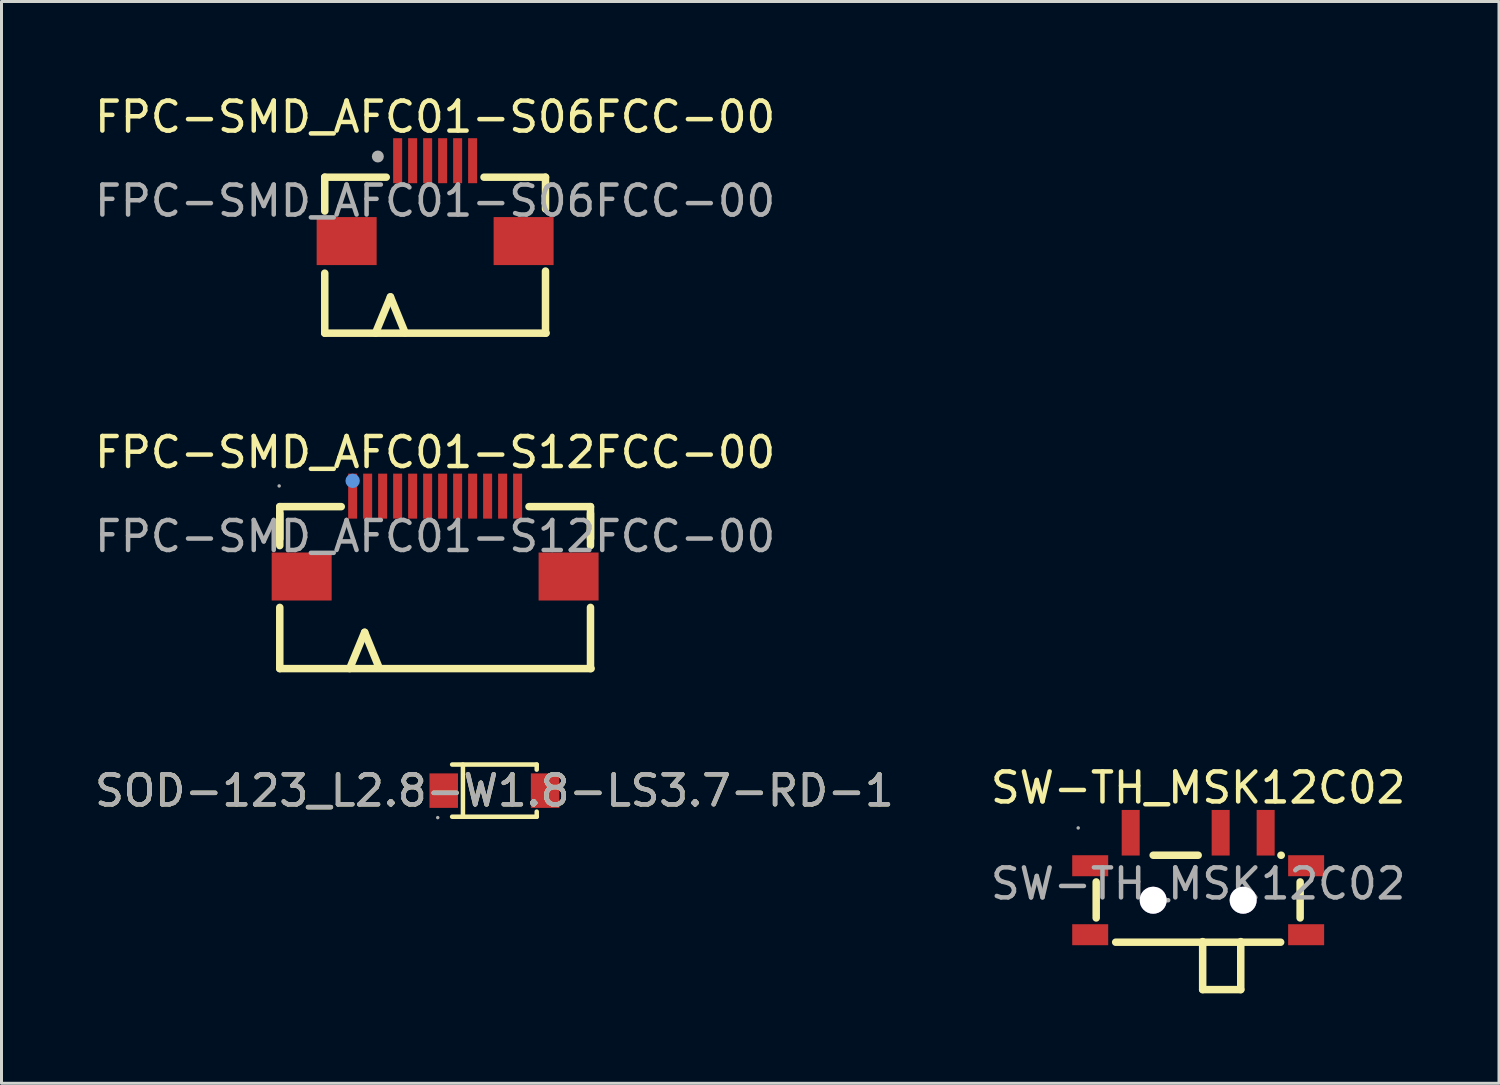
<source format=kicad_pcb>
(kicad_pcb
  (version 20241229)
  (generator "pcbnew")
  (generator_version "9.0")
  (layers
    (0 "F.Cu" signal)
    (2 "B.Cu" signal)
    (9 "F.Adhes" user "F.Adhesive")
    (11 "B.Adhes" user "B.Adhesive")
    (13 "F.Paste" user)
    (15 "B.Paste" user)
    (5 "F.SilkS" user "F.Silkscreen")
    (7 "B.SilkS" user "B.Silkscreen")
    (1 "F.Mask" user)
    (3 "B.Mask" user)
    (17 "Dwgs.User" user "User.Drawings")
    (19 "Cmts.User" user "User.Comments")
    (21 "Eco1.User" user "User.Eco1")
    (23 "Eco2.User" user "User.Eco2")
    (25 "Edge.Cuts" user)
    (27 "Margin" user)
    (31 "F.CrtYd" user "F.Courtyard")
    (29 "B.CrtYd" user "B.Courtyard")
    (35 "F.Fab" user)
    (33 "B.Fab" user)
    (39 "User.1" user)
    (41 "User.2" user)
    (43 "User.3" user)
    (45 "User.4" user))
  (footprint "FPC-SMD_AFC01-S12FCC-00"
    (layer "F.Cu")
    (at 11.458 14.832)
    (property "Reference" "FPC-SMD_AFC01-S12FCC-00" (at 0 -2.8 0) (layer "F.SilkS") (effects (font (size 1 1) (thickness 0.15))))
    (attr smd)
    (fp_line (start -5.18 -0.99) (end -5.18 0.08) (stroke (width 0.25) (type solid)) (layer "F.SilkS"))
    (fp_line (start -5.18 -0.99) (end -3.13 -0.99) (stroke (width 0.25) (type solid)) (layer "F.SilkS"))
    (fp_line (start -5.18 -0.76) (end -5.18 0.31) (stroke (width 0.25) (type solid)) (layer "F.SilkS"))
    (fp_line (start -5.18 2.37) (end -5.18 4.41) (stroke (width 0.25) (type solid)) (layer "F.SilkS"))
    (fp_line (start -5.18 4.41) (end 5.2 4.41) (stroke (width 0.25) (type solid)) (layer "F.SilkS"))
    (fp_line (start -2.35 3.2) (end -2.85 4.41) (stroke (width 0.25) (type solid)) (layer "F.SilkS"))
    (fp_line (start -1.86 4.4) (end -2.35 3.2) (stroke (width 0.25) (type solid)) (layer "F.SilkS"))
    (fp_line (start 3.13 -0.99) (end 5.18 -0.99) (stroke (width 0.25) (type solid)) (layer "F.SilkS"))
    (fp_line (start 5.18 -0.99) (end 5.18 0.08) (stroke (width 0.25) (type solid)) (layer "F.SilkS"))
    (fp_line (start 5.18 -0.76) (end 5.18 0.31) (stroke (width 0.25) (type solid)) (layer "F.SilkS"))
    (fp_line (start 5.18 2.37) (end 5.18 4.41) (stroke (width 0.25) (type solid)) (layer "F.SilkS"))
    (fp_circle (center -2.75 -1.85) (end -2.63 -1.85) (stroke (width 0.24) (type solid)) (fill no) (layer "Cmts.User"))
    (fp_circle (center -5.2 -1.68) (end -5.17 -1.68) (stroke (width 0.06) (type solid)) (fill no) (layer "F.Fab"))
    (fp_text user "${REFERENCE}" (at 0 0 0) (layer "F.Fab") (effects (font (size 1 1) (thickness 0.15))))
    (pad "1" smd rect (at -2.75 -1.34) (size 0.3 1.5) (layers "F.Cu" "F.Mask" "F.Paste"))
    (pad "2" smd rect (at -2.25 -1.34) (size 0.3 1.5) (layers "F.Cu" "F.Mask" "F.Paste"))
    (pad "3" smd rect (at -1.75 -1.34) (size 0.3 1.5) (layers "F.Cu" "F.Mask" "F.Paste"))
    (pad "4" smd rect (at -1.25 -1.34) (size 0.3 1.5) (layers "F.Cu" "F.Mask" "F.Paste"))
    (pad "5" smd rect (at -0.75 -1.34) (size 0.3 1.5) (layers "F.Cu" "F.Mask" "F.Paste"))
    (pad "6" smd rect (at -0.25 -1.34) (size 0.3 1.5) (layers "F.Cu" "F.Mask" "F.Paste"))
    (pad "7" smd rect (at 0.25 -1.34) (size 0.3 1.5) (layers "F.Cu" "F.Mask" "F.Paste"))
    (pad "8" smd rect (at 0.75 -1.34) (size 0.3 1.5) (layers "F.Cu" "F.Mask" "F.Paste"))
    (pad "9" smd rect (at 1.25 -1.34) (size 0.3 1.5) (layers "F.Cu" "F.Mask" "F.Paste"))
    (pad "10" smd rect (at 1.75 -1.34) (size 0.3 1.5) (layers "F.Cu" "F.Mask" "F.Paste"))
    (pad "11" smd rect (at 2.25 -1.34) (size 0.3 1.5) (layers "F.Cu" "F.Mask" "F.Paste"))
    (pad "12" smd rect (at 2.75 -1.34) (size 0.3 1.5) (layers "F.Cu" "F.Mask" "F.Paste"))
    (pad "13" smd rect (at -4.45 1.34) (size 2 1.6) (layers "F.Cu" "F.Mask" "F.Paste"))
    (pad "14" smd rect (at 4.45 1.34 180) (size 2 1.6) (layers "F.Cu" "F.Mask" "F.Paste")))
  (footprint "FPC-SMD_AFC01-S06FCC-00"
    (layer "F.Cu")
    (at 11.458 3.648)
    (property "Reference" "FPC-SMD_AFC01-S06FCC-00" (at 0 -2.8 0) (layer "F.SilkS") (effects (font (size 1 1) (thickness 0.15))))
    (attr smd)
    (fp_line (start -3.68 -0.79) (end -3.68 0.34) (stroke (width 0.25) (type solid)) (layer "F.SilkS"))
    (fp_line (start -3.68 -0.79) (end -1.63 -0.79) (stroke (width 0.25) (type solid)) (layer "F.SilkS"))
    (fp_line (start -3.68 2.41) (end -3.68 4.41) (stroke (width 0.25) (type solid)) (layer "F.SilkS"))
    (fp_line (start -3.68 4.41) (end 3.7 4.41) (stroke (width 0.25) (type solid)) (layer "F.SilkS"))
    (fp_line (start -1.49 3.2) (end -1.99 4.41) (stroke (width 0.25) (type solid)) (layer "F.SilkS"))
    (fp_line (start -1 4.4) (end -1.49 3.2) (stroke (width 0.25) (type solid)) (layer "F.SilkS"))
    (fp_line (start 1.63 -0.79) (end 3.68 -0.79) (stroke (width 0.25) (type solid)) (layer "F.SilkS"))
    (fp_line (start 3.68 -0.79) (end 3.68 0.27) (stroke (width 0.25) (type solid)) (layer "F.SilkS"))
    (fp_line (start 3.68 2.34) (end 3.68 4.41) (stroke (width 0.25) (type solid)) (layer "F.SilkS"))
    (fp_circle (center -1.91 -1.48) (end -1.81 -1.48) (stroke (width 0.2) (type solid)) (fill no) (layer "F.Fab"))
    (fp_text user "${REFERENCE}" (at 0 0 0) (layer "F.Fab") (effects (font (size 1 1) (thickness 0.15))))
    (pad "1" smd rect (at -1.25 -1.34) (size 0.3 1.5) (layers "F.Cu" "F.Mask" "F.Paste"))
    (pad "2" smd rect (at -0.75 -1.34) (size 0.3 1.5) (layers "F.Cu" "F.Mask" "F.Paste"))
    (pad "3" smd rect (at -0.25 -1.34) (size 0.3 1.5) (layers "F.Cu" "F.Mask" "F.Paste"))
    (pad "4" smd rect (at 0.25 -1.34) (size 0.3 1.5) (layers "F.Cu" "F.Mask" "F.Paste"))
    (pad "5" smd rect (at 0.75 -1.34) (size 0.3 1.5) (layers "F.Cu" "F.Mask" "F.Paste"))
    (pad "6" smd rect (at 1.25 -1.34) (size 0.3 1.5) (layers "F.Cu" "F.Mask" "F.Paste"))
    (pad "7" smd rect (at -2.95 1.34) (size 2 1.6) (layers "F.Cu" "F.Mask" "F.Paste"))
    (pad "8" smd rect (at 2.95 1.34 180) (size 2 1.6) (layers "F.Cu" "F.Mask" "F.Paste")))
  (footprint "SOD-123_L2.8-W1.8-LS3.7-RD-1"
    (layer "F.Cu")
    (at 13.435 23.311)
    (property "Reference" "SOD-123_L2.8-W1.8-LS3.7-RD-1" (at 0 0 0) (layer "F.SilkS") (effects (font (size 1 1) (thickness 0.15))))
    (attr smd)
    (fp_line (start -1.41 -0.87) (end 1.41 -0.87) (stroke (width 0.15) (type solid)) (layer "F.SilkS"))
    (fp_line (start -1.41 0.87) (end 1.41 0.87) (stroke (width 0.15) (type solid)) (layer "F.SilkS"))
    (fp_line (start -1.05 -0.87) (end -1.05 0.87) (stroke (width 0.15) (type solid)) (layer "F.SilkS"))
    (fp_line (start 1.41 -0.87) (end 1.41 -0.7) (stroke (width 0.15) (type solid)) (layer "F.SilkS"))
    (fp_line (start 1.41 0.87) (end 1.41 0.7) (stroke (width 0.15) (type solid)) (layer "F.SilkS"))
    (fp_circle (center -1.89 0.9) (end -1.86 0.9) (stroke (width 0.06) (type solid)) (fill no) (layer "F.Fab"))
    (fp_text user "${REFERENCE}" (at 0 0 0) (layer "F.Fab") (effects (font (size 1 1) (thickness 0.15))))
    (pad "1" smd rect (at -1.69 0) (size 0.95 1.15) (layers "F.Cu" "F.Mask" "F.Paste"))
    (pad "2" smd rect (at 1.69 0) (size 0.95 1.15) (layers "F.Cu" "F.Mask" "F.Paste")))
  (footprint "SW-TH_MSK12C02"
    (layer "F.Cu")
    (at 36.899 26.415)
    (property "Reference" "SW-TH_MSK12C02" (at 0 -3.2 0) (layer "F.SilkS") (effects (font (size 1 1) (thickness 0.15))))
    (attr through_hole)
    (fp_line (start -3.4 -0.06) (end -3.4 1.14) (stroke (width 0.25) (type solid)) (layer "F.SilkS"))
    (fp_line (start -2.75 1.95) (end 2.75 1.95) (stroke (width 0.25) (type solid)) (layer "F.SilkS"))
    (fp_line (start -1.5 -0.95) (end 0 -0.95) (stroke (width 0.25) (type solid)) (layer "F.SilkS"))
    (fp_line (start 0.15 1.93) (end 0.15 3.53) (stroke (width 0.25) (type solid)) (layer "F.SilkS"))
    (fp_line (start 0.15 3.53) (end 1.42 3.53) (stroke (width 0.25) (type solid)) (layer "F.SilkS"))
    (fp_line (start 1.42 3.53) (end 1.42 1.93) (stroke (width 0.25) (type solid)) (layer "F.SilkS"))
    (fp_line (start 2.77 -0.95) (end 2.76 -0.95) (stroke (width 0.25) (type solid)) (layer "F.SilkS"))
    (fp_line (start 3.4 -0.06) (end 3.4 1.14) (stroke (width 0.25) (type solid)) (layer "F.SilkS"))
    (fp_circle (center -1.5 0.55) (end -1.31 0.55) (stroke (width 0.38) (type solid)) (fill no) (layer "Cmts.User"))
    (fp_circle (center 1.5 0.55) (end 1.69 0.55) (stroke (width 0.38) (type solid)) (fill no) (layer "Cmts.User"))
    (fp_circle (center -4 -1.86) (end -3.97 -1.86) (stroke (width 0.06) (type solid)) (fill no) (layer "F.Fab"))
    (fp_text user "${REFERENCE}" (at 0 0 0) (layer "F.Fab") (effects (font (size 1 1) (thickness 0.15))))
    (pad "" thru_hole circle (at -1.5 0.55) (size 0.9 0.9) (drill 0.9) (layers "*.Cu" "*.Mask"))
    (pad "" thru_hole circle (at 1.5 0.55) (size 0.9 0.9) (drill 0.9) (layers "*.Cu" "*.Mask"))
    (pad "1" smd rect (at -2.25 -1.7 90) (size 1.52 0.6) (layers "F.Cu" "F.Mask" "F.Paste"))
    (pad "2" smd rect (at 0.75 -1.7 90) (size 1.52 0.6) (layers "F.Cu" "F.Mask" "F.Paste"))
    (pad "3" smd rect (at 2.25 -1.7 90) (size 1.52 0.6) (layers "F.Cu" "F.Mask" "F.Paste"))
    (pad "4" smd rect (at -3.6 -0.6 180) (size 1.2 0.7) (layers "F.Cu" "F.Mask" "F.Paste"))
    (pad "4" smd rect (at -3.6 1.7 180) (size 1.2 0.7) (layers "F.Cu" "F.Mask" "F.Paste"))
    (pad "4" smd rect (at 3.6 -0.6 180) (size 1.2 0.7) (layers "F.Cu" "F.Mask" "F.Paste"))
    (pad "4" smd rect (at 3.6 1.7 180) (size 1.2 0.7) (layers "F.Cu" "F.Mask" "F.Paste")))
  (gr_rect
    (start -3 -3)
    (end 46.929 33.07)
    (stroke (width 0.1) (type default))
    (fill no)
    (layer "Edge.Cuts")))
</source>
